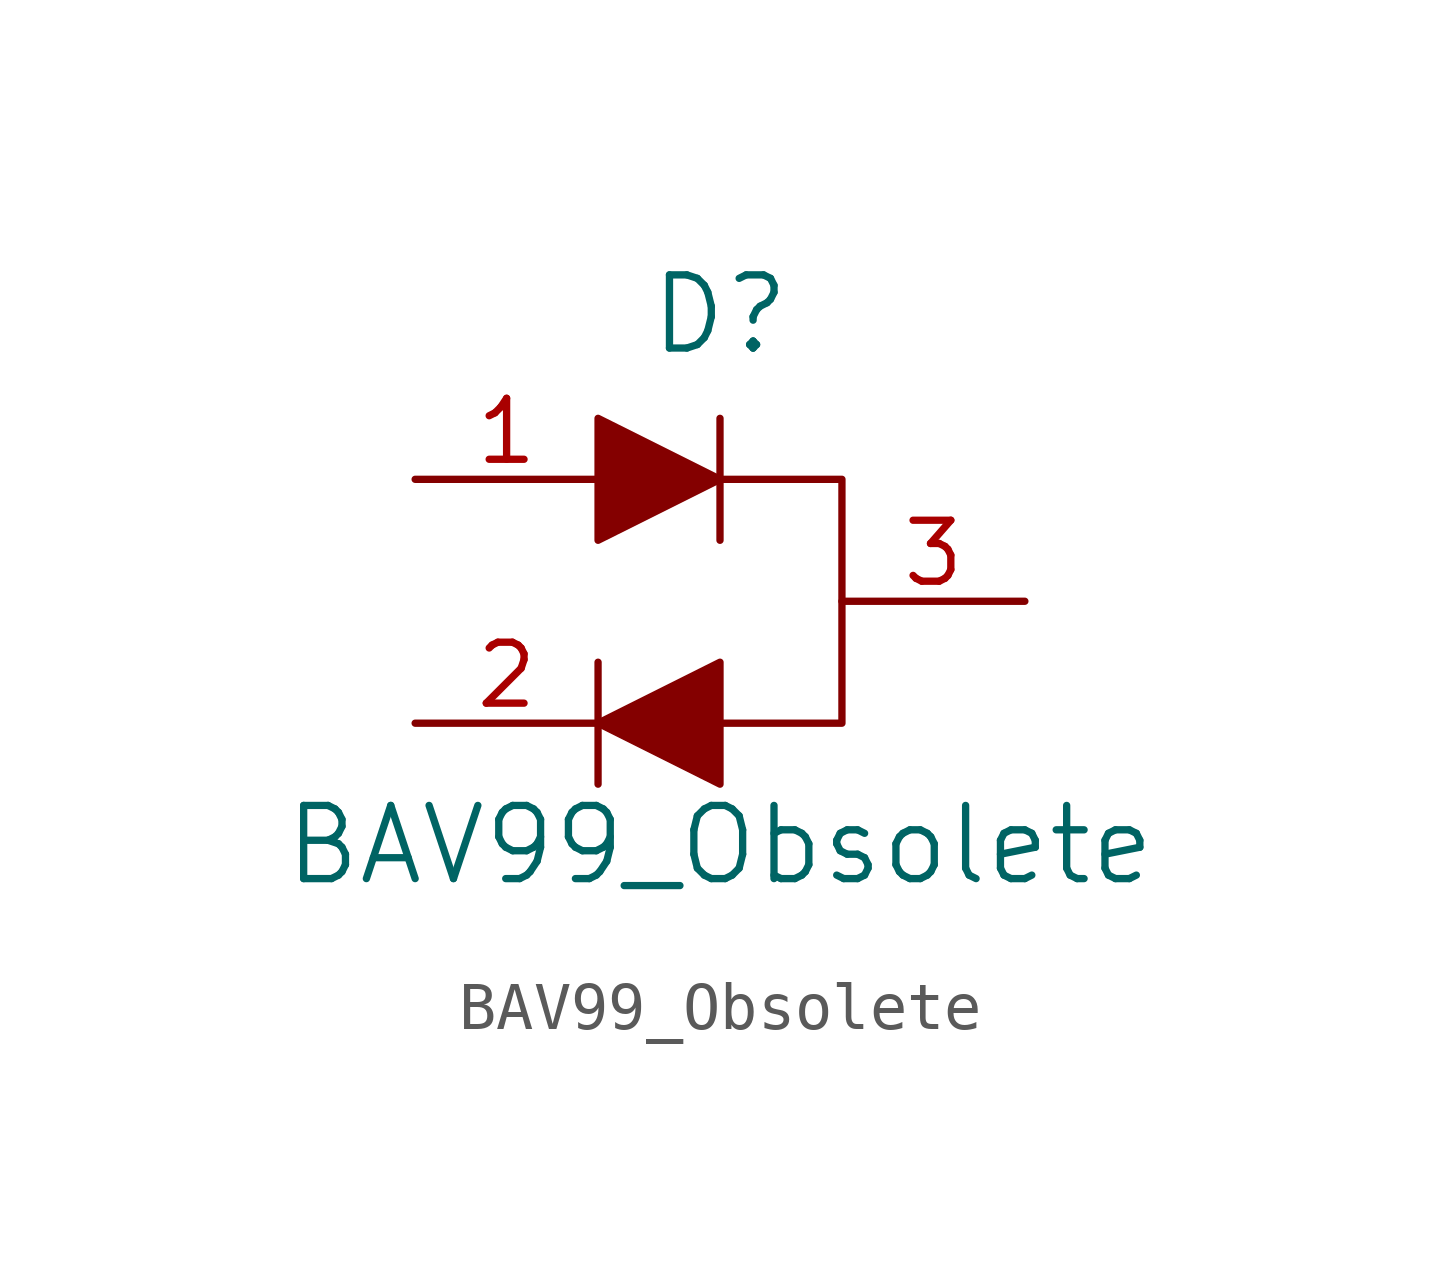
<source format=kicad_sym>
(kicad_symbol_lib
  (version 20220914)
  (generator kicad_symbol_editor)
  (symbol "BAV99_Obsolete"
    (pin_names
      (offset 1.016))
    (property "Reference" "D"
      (at 1.27 5.08 0)
      (effects (font (size 1.524 1.524)) (justify bottom)))
    (property "Value" "BAV99_Obsolete"
      (at 1.27 -5.08 0)
      (effects (font (size 1.524 1.524))))
    (symbol "BAV99_Obsolete_0_1"
      (polyline (pts (xy -1.27 -1.27) (xy -1.27 -3.81)) (stroke (width 0) (type default)) (fill (type none)))
      (polyline (pts (xy 1.27 3.81) (xy 1.27 1.27)) (stroke (width 0) (type default)) (fill (type none)))
      (polyline (pts (xy -1.27 3.81) (xy -1.27 1.27) (xy 1.27 2.54) (xy -1.27 3.81)) (stroke (width 0) (type default)) (fill (type outline)))
      (polyline (pts (xy 1.27 -1.27) (xy 1.27 -3.81) (xy -1.27 -2.54) (xy 1.27 -1.27)) (stroke (width 0) (type default)) (fill (type outline))))
    (symbol "BAV99_Obsolete_1_1"
      (polyline (pts (xy 1.27 2.54) (xy 3.81 2.54) (xy 3.81 -2.54) (xy 1.27 -2.54)) (stroke (width 0) (type default)) (fill (type none)))
      (pin passive line (at -5.08 2.54 0) (length 3.81) (name "~" (effects (font (size 1.27 1.27)))) (number "1" (effects (font (size 1.27 1.27)))))
      (pin passive line (at -5.08 -2.54 0) (length 3.81) (name "~" (effects (font (size 1.27 1.27)))) (number "2" (effects (font (size 1.27 1.27)))))
      (pin passive line (at 7.62 0 180) (length 3.81) (name "~" (effects (font (size 1.27 1.27)))) (number "3" (effects (font (size 1.27 1.27))))))))
</source>
